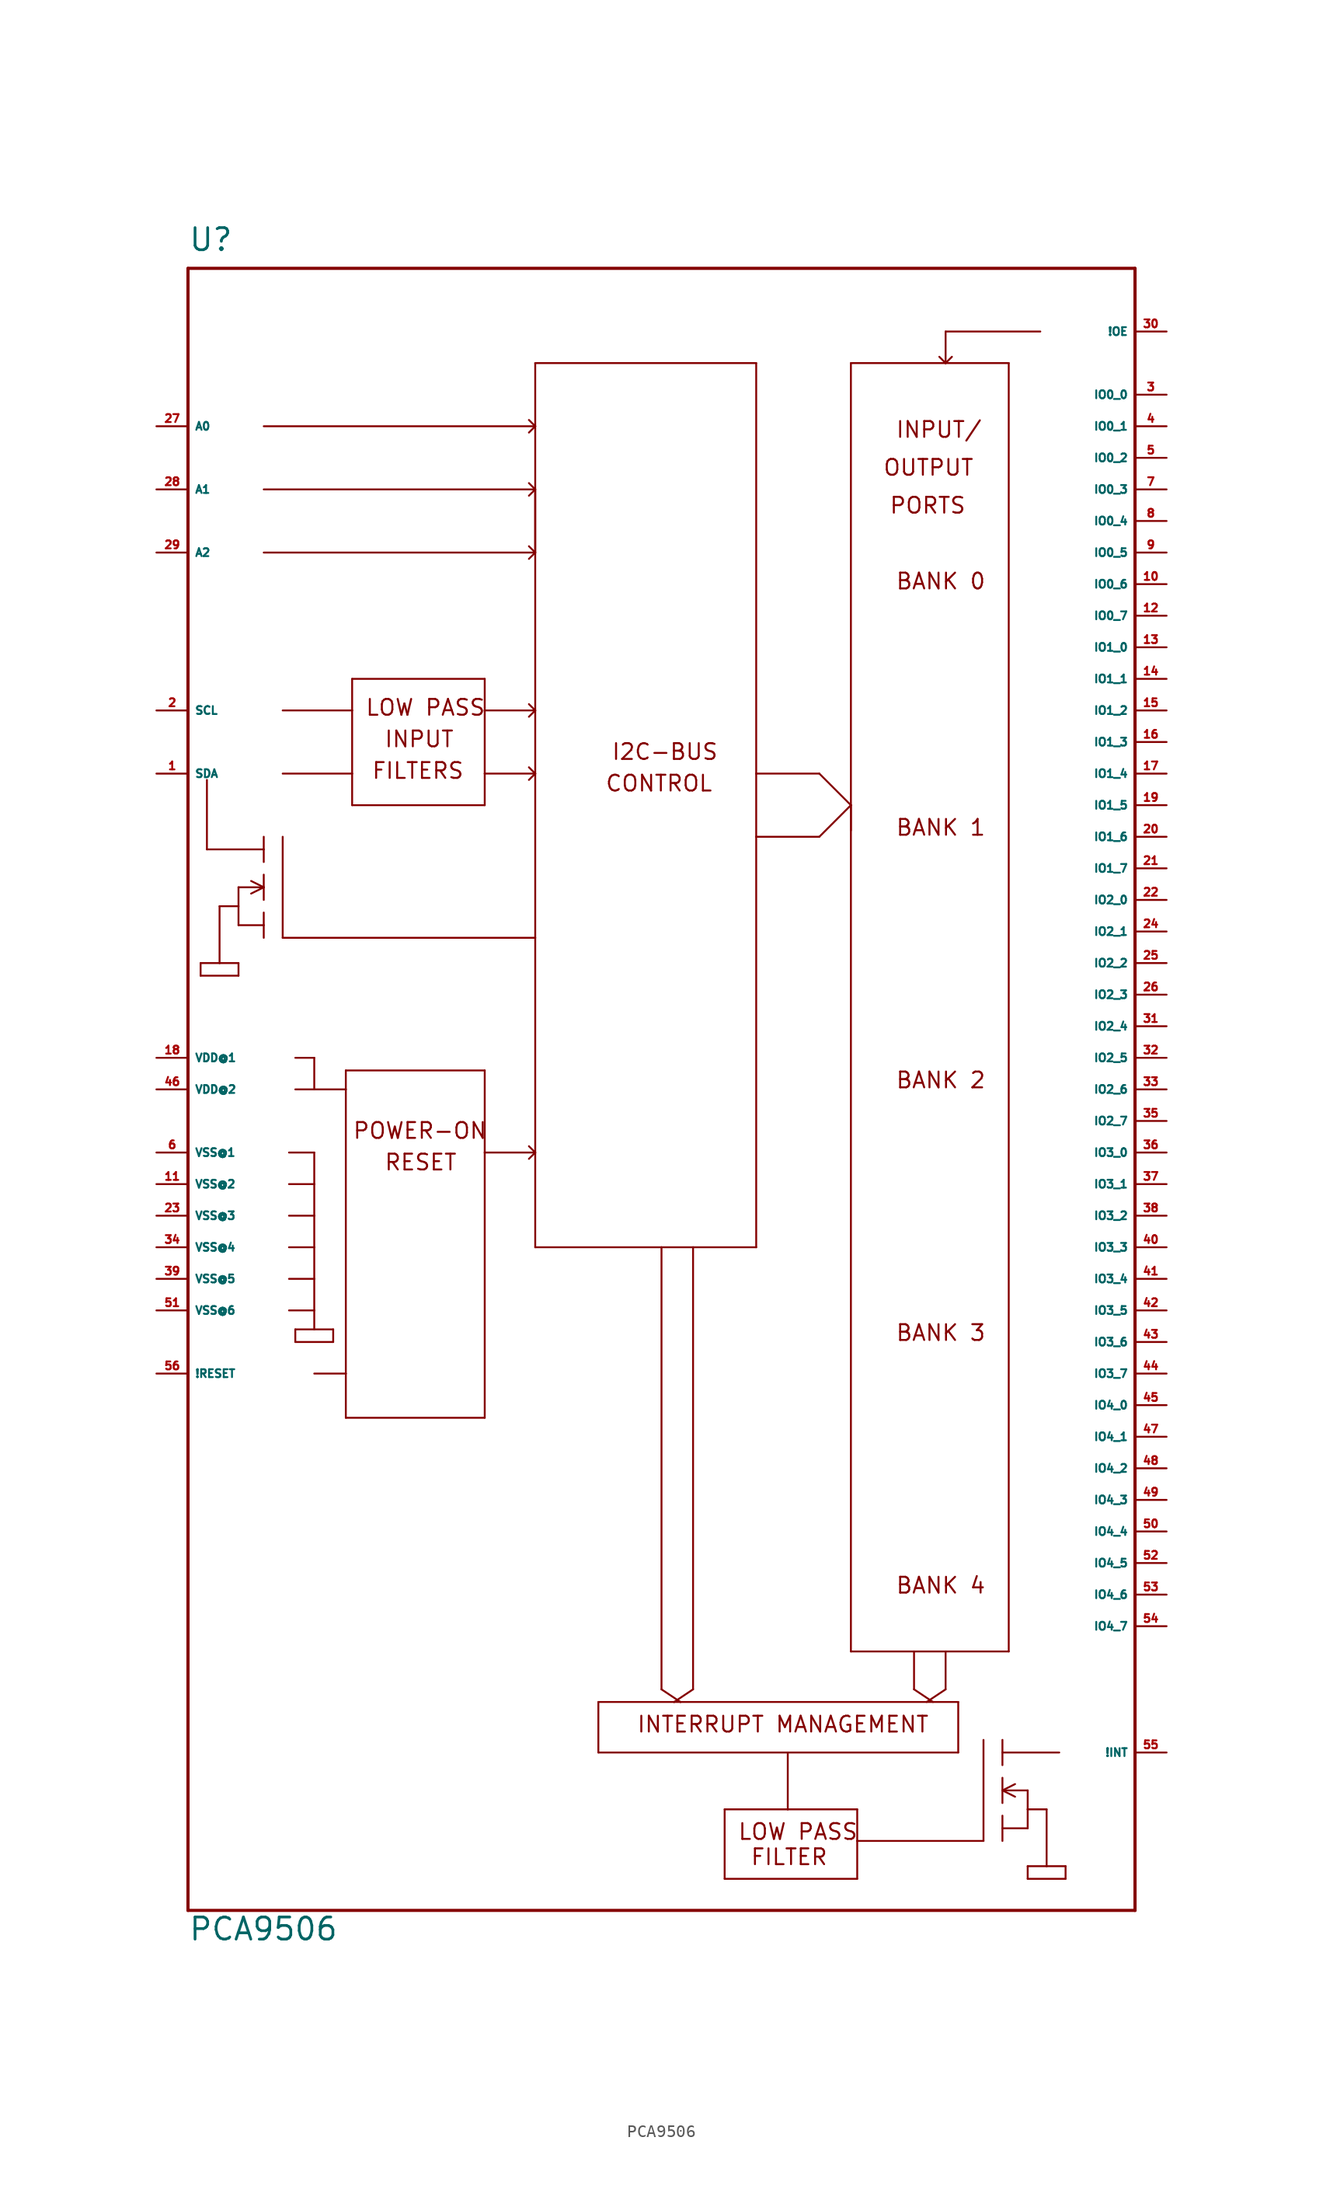
<source format=kicad_sym>
(kicad_symbol_lib
  (version 20220914)
  (generator Eagle2Kicad)
  (symbol "PCA9506"
    (property "Reference" "U"
      (at -38.1 67.31 0)
      (effects (font (size 1.778 1.778) (thickness 0.22)) (justify left bottom)))
    (property "Value" "PCA9506"
      (at -38.1 -68.58 0)
      (effects (font (size 1.778 1.778) (thickness 0.22)) (justify left bottom)))
    (polyline
      (pts (xy -38.1 -66.04) (xy 38.1 -66.04))
      (stroke (width 0.254) (type default))
      (fill (type none)))
    (polyline
      (pts (xy 38.1 -66.04) (xy 38.1 66.04))
      (stroke (width 0.254) (type default))
      (fill (type none)))
    (polyline
      (pts (xy 38.1 66.04) (xy -38.1 66.04))
      (stroke (width 0.254) (type default))
      (fill (type none)))
    (polyline
      (pts (xy -38.1 66.04) (xy -38.1 -66.04))
      (stroke (width 0.254) (type default))
      (fill (type none)))
    (polyline
      (pts (xy 30.48 60.96) (xy 22.86 60.96))
      (stroke (width 0.152) (type default))
      (fill (type none)))
    (polyline
      (pts (xy 22.86 60.96) (xy 22.86 58.42))
      (stroke (width 0.152) (type default))
      (fill (type none)))
    (polyline
      (pts (xy 22.86 58.42) (xy 15.24 58.42))
      (stroke (width 0.152) (type default))
      (fill (type none)))
    (polyline
      (pts (xy 15.24 22.86) (xy 15.24 -45.212))
      (stroke (width 0.152) (type default))
      (fill (type none)))
    (polyline
      (pts (xy 15.24 -45.212) (xy 20.32 -45.212))
      (stroke (width 0.152) (type default))
      (fill (type none)))
    (polyline
      (pts (xy 20.32 -45.212) (xy 22.86 -45.212))
      (stroke (width 0.152) (type default))
      (fill (type none)))
    (polyline
      (pts (xy 22.86 -45.212) (xy 27.94 -45.212))
      (stroke (width 0.152) (type default))
      (fill (type none)))
    (polyline
      (pts (xy 27.94 -45.212) (xy 27.94 58.42))
      (stroke (width 0.152) (type default))
      (fill (type none)))
    (polyline
      (pts (xy 27.94 58.42) (xy 22.86 58.42))
      (stroke (width 0.152) (type default))
      (fill (type none)))
    (polyline
      (pts (xy 7.62 58.42) (xy -10.16 58.42))
      (stroke (width 0.152) (type default))
      (fill (type none)))
    (polyline
      (pts (xy -10.16 58.42) (xy -10.16 53.34))
      (stroke (width 0.152) (type default))
      (fill (type none)))
    (polyline
      (pts (xy -10.16 53.34) (xy -10.16 43.18))
      (stroke (width 0.152) (type default))
      (fill (type none)))
    (polyline
      (pts (xy -10.16 43.18) (xy -10.16 30.48))
      (stroke (width 0.152) (type default))
      (fill (type none)))
    (polyline
      (pts (xy -10.16 30.48) (xy -10.16 25.4))
      (stroke (width 0.152) (type default))
      (fill (type none)))
    (polyline
      (pts (xy -10.16 25.4) (xy -10.16 12.192))
      (stroke (width 0.152) (type default))
      (fill (type none)))
    (polyline
      (pts (xy -10.16 12.192) (xy -10.16 -5.08))
      (stroke (width 0.152) (type default))
      (fill (type none)))
    (polyline
      (pts (xy -10.16 -5.08) (xy -10.16 -12.7))
      (stroke (width 0.152) (type default))
      (fill (type none)))
    (polyline
      (pts (xy -10.16 -12.7) (xy 0 -12.7))
      (stroke (width 0.152) (type default))
      (fill (type none)))
    (polyline
      (pts (xy 0 -12.7) (xy 2.54 -12.7))
      (stroke (width 0.152) (type default))
      (fill (type none)))
    (polyline
      (pts (xy 2.54 -12.7) (xy 7.62 -12.7))
      (stroke (width 0.152) (type default))
      (fill (type none)))
    (polyline
      (pts (xy 7.62 -12.7) (xy 7.62 20.32))
      (stroke (width 0.152) (type default))
      (fill (type none)))
    (polyline
      (pts (xy 7.62 20.32) (xy 7.62 25.4))
      (stroke (width 0.152) (type default))
      (fill (type none)))
    (polyline
      (pts (xy 7.62 25.4) (xy 7.62 58.42))
      (stroke (width 0.152) (type default))
      (fill (type none)))
    (polyline
      (pts (xy -24.892 33.02) (xy -24.892 30.48))
      (stroke (width 0.152) (type default))
      (fill (type none)))
    (polyline
      (pts (xy -24.892 30.48) (xy -24.892 25.4))
      (stroke (width 0.152) (type default))
      (fill (type none)))
    (polyline
      (pts (xy -24.892 25.4) (xy -24.892 22.86))
      (stroke (width 0.152) (type default))
      (fill (type none)))
    (polyline
      (pts (xy -24.892 22.86) (xy -14.224 22.86))
      (stroke (width 0.152) (type default))
      (fill (type none)))
    (polyline
      (pts (xy -14.224 22.86) (xy -14.224 25.4))
      (stroke (width 0.152) (type default))
      (fill (type none)))
    (polyline
      (pts (xy -14.224 25.4) (xy -14.224 30.48))
      (stroke (width 0.152) (type default))
      (fill (type none)))
    (polyline
      (pts (xy -14.224 30.48) (xy -14.224 33.02))
      (stroke (width 0.152) (type default))
      (fill (type none)))
    (polyline
      (pts (xy -14.224 33.02) (xy -24.892 33.02))
      (stroke (width 0.152) (type default))
      (fill (type none)))
    (polyline
      (pts (xy -30.48 30.48) (xy -24.892 30.48))
      (stroke (width 0.152) (type default))
      (fill (type none)))
    (polyline
      (pts (xy -30.48 25.4) (xy -24.892 25.4))
      (stroke (width 0.152) (type default))
      (fill (type none)))
    (polyline
      (pts (xy -14.224 30.48) (xy -10.16 30.48))
      (stroke (width 0.152) (type default))
      (fill (type none)))
    (polyline
      (pts (xy -14.224 25.4) (xy -10.16 25.4))
      (stroke (width 0.152) (type default))
      (fill (type none)))
    (polyline
      (pts (xy -10.16 12.192) (xy -30.48 12.192))
      (stroke (width 0.152) (type default))
      (fill (type none)))
    (polyline
      (pts (xy -30.48 12.192) (xy -30.48 20.32))
      (stroke (width 0.152) (type default))
      (fill (type none)))
    (polyline
      (pts (xy -32.004 20.32) (xy -32.004 19.304))
      (stroke (width 0.152) (type default))
      (fill (type none)))
    (polyline
      (pts (xy -32.004 19.304) (xy -32.004 18.288))
      (stroke (width 0.152) (type default))
      (fill (type none)))
    (polyline
      (pts (xy -32.004 17.272) (xy -32.004 16.256))
      (stroke (width 0.152) (type default))
      (fill (type none)))
    (polyline
      (pts (xy -32.004 16.256) (xy -32.004 15.24))
      (stroke (width 0.152) (type default))
      (fill (type none)))
    (polyline
      (pts (xy -32.004 14.224) (xy -32.004 13.208))
      (stroke (width 0.152) (type default))
      (fill (type none)))
    (polyline
      (pts (xy -32.004 16.256) (xy -34.036 16.256))
      (stroke (width 0.152) (type default))
      (fill (type none)))
    (polyline
      (pts (xy -34.036 16.256) (xy -34.036 14.732))
      (stroke (width 0.152) (type default))
      (fill (type none)))
    (polyline
      (pts (xy -34.036 14.732) (xy -34.036 13.208))
      (stroke (width 0.152) (type default))
      (fill (type none)))
    (polyline
      (pts (xy -34.036 13.208) (xy -32.004 13.208))
      (stroke (width 0.152) (type default))
      (fill (type none)))
    (polyline
      (pts (xy -32.004 13.208) (xy -32.004 12.192))
      (stroke (width 0.152) (type default))
      (fill (type none)))
    (polyline
      (pts (xy -32.004 19.304) (xy -36.576 19.304))
      (stroke (width 0.152) (type default))
      (fill (type none)))
    (polyline
      (pts (xy -36.576 19.304) (xy -36.576 24.892))
      (stroke (width 0.152) (type default))
      (fill (type none)))
    (polyline
      (pts (xy -34.036 14.732) (xy -35.56 14.732))
      (stroke (width 0.152) (type default))
      (fill (type none)))
    (polyline
      (pts (xy -35.56 14.732) (xy -35.56 10.16))
      (stroke (width 0.152) (type default))
      (fill (type none)))
    (polyline
      (pts (xy -35.56 10.16) (xy -34.036 10.16))
      (stroke (width 0.152) (type default))
      (fill (type none)))
    (polyline
      (pts (xy -34.036 10.16) (xy -34.036 9.144))
      (stroke (width 0.152) (type default))
      (fill (type none)))
    (polyline
      (pts (xy -34.036 9.144) (xy -37.084 9.144))
      (stroke (width 0.152) (type default))
      (fill (type none)))
    (polyline
      (pts (xy -37.084 9.144) (xy -37.084 10.16))
      (stroke (width 0.152) (type default))
      (fill (type none)))
    (polyline
      (pts (xy -37.084 10.16) (xy -35.56 10.16))
      (stroke (width 0.152) (type default))
      (fill (type none)))
    (polyline
      (pts (xy -27.94 0) (xy -25.4 0))
      (stroke (width 0.152) (type default))
      (fill (type none)))
    (polyline
      (pts (xy -25.4 0) (xy -25.4 1.524))
      (stroke (width 0.152) (type default))
      (fill (type none)))
    (polyline
      (pts (xy -25.4 1.524) (xy -14.224 1.524))
      (stroke (width 0.152) (type default))
      (fill (type none)))
    (polyline
      (pts (xy -14.224 1.524) (xy -14.224 -5.08))
      (stroke (width 0.152) (type default))
      (fill (type none)))
    (polyline
      (pts (xy -14.224 -5.08) (xy -14.224 -26.416))
      (stroke (width 0.152) (type default))
      (fill (type none)))
    (polyline
      (pts (xy -14.224 -26.416) (xy -25.4 -26.416))
      (stroke (width 0.152) (type default))
      (fill (type none)))
    (polyline
      (pts (xy -25.4 -26.416) (xy -25.4 -22.86))
      (stroke (width 0.152) (type default))
      (fill (type none)))
    (polyline
      (pts (xy -25.4 -22.86) (xy -25.4 0))
      (stroke (width 0.152) (type default))
      (fill (type none)))
    (polyline
      (pts (xy -27.94 -22.86) (xy -25.4 -22.86))
      (stroke (width 0.152) (type default))
      (fill (type none)))
    (polyline
      (pts (xy -14.224 -5.08) (xy -10.16 -5.08))
      (stroke (width 0.152) (type default))
      (fill (type none)))
    (polyline
      (pts (xy 15.24 58.42) (xy 15.24 22.86))
      (stroke (width 0.152) (type default))
      (fill (type none)))
    (polyline
      (pts (xy 15.24 22.86) (xy 15.24 20.828))
      (stroke (width 0.152) (type default))
      (fill (type none)))
    (polyline
      (pts (xy 23.876 -49.276) (xy 23.876 -53.34))
      (stroke (width 0.152) (type default))
      (fill (type none)))
    (polyline
      (pts (xy 23.876 -53.34) (xy 10.16 -53.34))
      (stroke (width 0.152) (type default))
      (fill (type none)))
    (polyline
      (pts (xy 10.16 -53.34) (xy -5.08 -53.34))
      (stroke (width 0.152) (type default))
      (fill (type none)))
    (polyline
      (pts (xy -5.08 -53.34) (xy -5.08 -49.276))
      (stroke (width 0.152) (type default))
      (fill (type none)))
    (polyline
      (pts (xy 1.016 -49.276) (xy 1.524 -49.276))
      (stroke (width 0.152) (type default))
      (fill (type none)))
    (polyline
      (pts (xy -5.08 -49.276) (xy 1.016 -49.276))
      (stroke (width 0.152) (type default))
      (fill (type none)))
    (polyline
      (pts (xy 1.524 -49.276) (xy 23.876 -49.276))
      (stroke (width 0.152) (type default))
      (fill (type none)))
    (polyline
      (pts (xy 5.08 -57.912) (xy 5.08 -63.5))
      (stroke (width 0.152) (type default))
      (fill (type none)))
    (polyline
      (pts (xy 5.08 -63.5) (xy 15.748 -63.5))
      (stroke (width 0.152) (type default))
      (fill (type none)))
    (polyline
      (pts (xy 15.748 -63.5) (xy 15.748 -60.452))
      (stroke (width 0.152) (type default))
      (fill (type none)))
    (polyline
      (pts (xy 15.748 -60.452) (xy 15.748 -57.912))
      (stroke (width 0.152) (type default))
      (fill (type none)))
    (polyline
      (pts (xy 15.748 -57.912) (xy 10.16 -57.912))
      (stroke (width 0.152) (type default))
      (fill (type none)))
    (polyline
      (pts (xy 10.16 -57.912) (xy 5.08 -57.912))
      (stroke (width 0.152) (type default))
      (fill (type none)))
    (polyline
      (pts (xy 10.16 -53.34) (xy 10.16 -57.912))
      (stroke (width 0.152) (type default))
      (fill (type none)))
    (polyline
      (pts (xy -32.004 16.256) (xy -33.02 16.764))
      (stroke (width 0.152) (type default))
      (fill (type none)))
    (polyline
      (pts (xy -32.004 16.256) (xy -33.02 15.748))
      (stroke (width 0.152) (type default))
      (fill (type none)))
    (polyline
      (pts (xy 15.748 -60.452) (xy 25.908 -60.452))
      (stroke (width 0.152) (type default))
      (fill (type none)))
    (polyline
      (pts (xy 25.908 -60.452) (xy 25.908 -52.324))
      (stroke (width 0.152) (type default))
      (fill (type none)))
    (polyline
      (pts (xy 27.432 -52.324) (xy 27.432 -53.34))
      (stroke (width 0.152) (type default))
      (fill (type none)))
    (polyline
      (pts (xy 27.432 -53.34) (xy 27.432 -54.356))
      (stroke (width 0.152) (type default))
      (fill (type none)))
    (polyline
      (pts (xy 27.432 -55.372) (xy 27.432 -56.388))
      (stroke (width 0.152) (type default))
      (fill (type none)))
    (polyline
      (pts (xy 27.432 -56.388) (xy 27.432 -57.404))
      (stroke (width 0.152) (type default))
      (fill (type none)))
    (polyline
      (pts (xy 27.432 -58.42) (xy 27.432 -59.436))
      (stroke (width 0.152) (type default))
      (fill (type none)))
    (polyline
      (pts (xy 27.432 -56.388) (xy 29.464 -56.388))
      (stroke (width 0.152) (type default))
      (fill (type none)))
    (polyline
      (pts (xy 29.464 -56.388) (xy 29.464 -57.912))
      (stroke (width 0.152) (type default))
      (fill (type none)))
    (polyline
      (pts (xy 29.464 -57.912) (xy 29.464 -59.436))
      (stroke (width 0.152) (type default))
      (fill (type none)))
    (polyline
      (pts (xy 29.464 -59.436) (xy 27.432 -59.436))
      (stroke (width 0.152) (type default))
      (fill (type none)))
    (polyline
      (pts (xy 27.432 -59.436) (xy 27.432 -60.452))
      (stroke (width 0.152) (type default))
      (fill (type none)))
    (polyline
      (pts (xy 27.432 -53.34) (xy 32.004 -53.34))
      (stroke (width 0.152) (type default))
      (fill (type none)))
    (polyline
      (pts (xy 29.464 -57.912) (xy 30.988 -57.912))
      (stroke (width 0.152) (type default))
      (fill (type none)))
    (polyline
      (pts (xy 30.988 -57.912) (xy 30.988 -62.484))
      (stroke (width 0.152) (type default))
      (fill (type none)))
    (polyline
      (pts (xy 30.988 -62.484) (xy 29.464 -62.484))
      (stroke (width 0.152) (type default))
      (fill (type none)))
    (polyline
      (pts (xy 29.464 -62.484) (xy 29.464 -63.5))
      (stroke (width 0.152) (type default))
      (fill (type none)))
    (polyline
      (pts (xy 29.464 -63.5) (xy 32.512 -63.5))
      (stroke (width 0.152) (type default))
      (fill (type none)))
    (polyline
      (pts (xy 32.512 -63.5) (xy 32.512 -62.484))
      (stroke (width 0.152) (type default))
      (fill (type none)))
    (polyline
      (pts (xy 32.512 -62.484) (xy 30.988 -62.484))
      (stroke (width 0.152) (type default))
      (fill (type none)))
    (polyline
      (pts (xy 27.432 -56.388) (xy 28.448 -55.88))
      (stroke (width 0.152) (type default))
      (fill (type none)))
    (polyline
      (pts (xy 27.432 -56.388) (xy 28.448 -56.896))
      (stroke (width 0.152) (type default))
      (fill (type none)))
    (polyline
      (pts (xy 1.016 -49.276) (xy 2.54 -48.26))
      (stroke (width 0.152) (type default))
      (fill (type none)))
    (polyline
      (pts (xy 0 -48.26) (xy 1.524 -49.276))
      (stroke (width 0.152) (type default))
      (fill (type none)))
    (polyline
      (pts (xy 0 -12.7) (xy 0 -48.26))
      (stroke (width 0.152) (type default))
      (fill (type none)))
    (polyline
      (pts (xy 2.54 -12.7) (xy 2.54 -48.26))
      (stroke (width 0.152) (type default))
      (fill (type none)))
    (polyline
      (pts (xy 21.336 -49.276) (xy 22.86 -48.26))
      (stroke (width 0.152) (type default))
      (fill (type none)))
    (polyline
      (pts (xy 20.32 -48.26) (xy 21.844 -49.276))
      (stroke (width 0.152) (type default))
      (fill (type none)))
    (polyline
      (pts (xy 20.32 -45.212) (xy 20.32 -48.26))
      (stroke (width 0.152) (type default))
      (fill (type none)))
    (polyline
      (pts (xy 22.86 -45.212) (xy 22.86 -48.26))
      (stroke (width 0.152) (type default))
      (fill (type none)))
    (polyline
      (pts (xy -10.668 25.908) (xy -10.16 25.4))
      (stroke (width 0.152) (type default))
      (fill (type none)))
    (polyline
      (pts (xy -10.16 25.4) (xy -10.668 24.892))
      (stroke (width 0.152) (type default))
      (fill (type none)))
    (polyline
      (pts (xy -10.668 -4.572) (xy -10.16 -5.08))
      (stroke (width 0.152) (type default))
      (fill (type none)))
    (polyline
      (pts (xy -10.16 -5.08) (xy -10.668 -5.588))
      (stroke (width 0.152) (type default))
      (fill (type none)))
    (polyline
      (pts (xy -10.668 30.988) (xy -10.16 30.48))
      (stroke (width 0.152) (type default))
      (fill (type none)))
    (polyline
      (pts (xy -10.16 30.48) (xy -10.668 29.972))
      (stroke (width 0.152) (type default))
      (fill (type none)))
    (polyline
      (pts (xy 23.368 58.928) (xy 22.86 58.42))
      (stroke (width 0.152) (type default))
      (fill (type none)))
    (polyline
      (pts (xy 22.86 58.42) (xy 22.352 58.928))
      (stroke (width 0.152) (type default))
      (fill (type none)))
    (polyline
      (pts (xy 12.7 25.4) (xy 15.24 22.86))
      (stroke (width 0.152) (type default))
      (fill (type none)))
    (polyline
      (pts (xy 15.24 22.86) (xy 12.7 20.32))
      (stroke (width 0.152) (type default))
      (fill (type none)))
    (polyline
      (pts (xy 7.62 25.4) (xy 12.7 25.4))
      (stroke (width 0.152) (type default))
      (fill (type none)))
    (polyline
      (pts (xy 7.62 20.32) (xy 12.7 20.32))
      (stroke (width 0.152) (type default))
      (fill (type none)))
    (polyline
      (pts (xy -10.668 43.688) (xy -10.16 43.18))
      (stroke (width 0.152) (type default))
      (fill (type none)))
    (polyline
      (pts (xy -10.16 43.18) (xy -10.668 42.672))
      (stroke (width 0.152) (type default))
      (fill (type none)))
    (polyline
      (pts (xy -32.004 43.18) (xy -10.16 43.18))
      (stroke (width 0.152) (type default))
      (fill (type none)))
    (polyline
      (pts (xy -10.16 43.18) (xy -10.16 48.26))
      (stroke (width 0.152) (type default))
      (fill (type none)))
    (polyline
      (pts (xy -10.16 48.26) (xy -32.004 48.26))
      (stroke (width 0.152) (type default))
      (fill (type none)))
    (polyline
      (pts (xy -32.004 53.34) (xy -10.16 53.34))
      (stroke (width 0.152) (type default))
      (fill (type none)))
    (polyline
      (pts (xy -10.668 48.768) (xy -10.16 48.26))
      (stroke (width 0.152) (type default))
      (fill (type none)))
    (polyline
      (pts (xy -10.16 48.26) (xy -10.668 47.752))
      (stroke (width 0.152) (type default))
      (fill (type none)))
    (polyline
      (pts (xy -10.668 53.848) (xy -10.16 53.34))
      (stroke (width 0.152) (type default))
      (fill (type none)))
    (polyline
      (pts (xy -10.16 53.34) (xy -10.668 52.832))
      (stroke (width 0.152) (type default))
      (fill (type none)))
    (polyline
      (pts (xy -27.94 2.54) (xy -27.94 0))
      (stroke (width 0.152) (type default))
      (fill (type none)))
    (polyline
      (pts (xy -27.94 -19.304) (xy -26.416 -19.304))
      (stroke (width 0.152) (type default))
      (fill (type none)))
    (polyline
      (pts (xy -26.416 -19.304) (xy -26.416 -20.32))
      (stroke (width 0.152) (type default))
      (fill (type none)))
    (polyline
      (pts (xy -26.416 -20.32) (xy -29.464 -20.32))
      (stroke (width 0.152) (type default))
      (fill (type none)))
    (polyline
      (pts (xy -29.464 -20.32) (xy -29.464 -19.304))
      (stroke (width 0.152) (type default))
      (fill (type none)))
    (polyline
      (pts (xy -29.464 -19.304) (xy -27.94 -19.304))
      (stroke (width 0.152) (type default))
      (fill (type none)))
    (polyline
      (pts (xy -27.94 -19.304) (xy -27.94 -17.78))
      (stroke (width 0.152) (type default))
      (fill (type none)))
    (polyline
      (pts (xy -27.94 -17.78) (xy -27.94 -15.24))
      (stroke (width 0.152) (type default))
      (fill (type none)))
    (polyline
      (pts (xy -27.94 -15.24) (xy -27.94 -12.7))
      (stroke (width 0.152) (type default))
      (fill (type none)))
    (polyline
      (pts (xy -27.94 -12.7) (xy -27.94 -10.16))
      (stroke (width 0.152) (type default))
      (fill (type none)))
    (polyline
      (pts (xy -27.94 -10.16) (xy -27.94 -7.62))
      (stroke (width 0.152) (type default))
      (fill (type none)))
    (polyline
      (pts (xy -27.94 -7.62) (xy -27.94 -5.08))
      (stroke (width 0.152) (type default))
      (fill (type none)))
    (polyline
      (pts (xy -27.94 -5.08) (xy -29.972 -5.08))
      (stroke (width 0.152) (type default))
      (fill (type none)))
    (polyline
      (pts (xy -27.94 -7.62) (xy -29.972 -7.62))
      (stroke (width 0.152) (type default))
      (fill (type none)))
    (polyline
      (pts (xy -27.94 -10.16) (xy -29.972 -10.16))
      (stroke (width 0.152) (type default))
      (fill (type none)))
    (polyline
      (pts (xy -27.94 -12.7) (xy -29.972 -12.7))
      (stroke (width 0.152) (type default))
      (fill (type none)))
    (polyline
      (pts (xy -27.94 -15.24) (xy -29.972 -15.24))
      (stroke (width 0.152) (type default))
      (fill (type none)))
    (polyline
      (pts (xy -27.94 -17.78) (xy -29.972 -17.78))
      (stroke (width 0.152) (type default))
      (fill (type none)))
    (polyline
      (pts (xy -27.94 0) (xy -29.464 0))
      (stroke (width 0.152) (type default))
      (fill (type none)))
    (polyline
      (pts (xy -27.94 2.54) (xy -29.464 2.54))
      (stroke (width 0.152) (type default))
      (fill (type none)))
    (text "I2C-BUS"
      (at -4.064 26.416 0)
      (effects (font (size 1.27 1.27) (thickness 0.16)) (justify left bottom)))
    (text "CONTROL"
      (at -4.572 23.876 0)
      (effects (font (size 1.27 1.27) (thickness 0.16)) (justify left bottom)))
    (text "LOW PASS"
      (at -23.876 29.972 0)
      (effects (font (size 1.27 1.27) (thickness 0.16)) (justify left bottom)))
    (text "INPUT"
      (at -22.352 27.432 0)
      (effects (font (size 1.27 1.27) (thickness 0.16)) (justify left bottom)))
    (text "FILTERS"
      (at -23.368 24.892 0)
      (effects (font (size 1.27 1.27) (thickness 0.16)) (justify left bottom)))
    (text "INPUT/"
      (at 18.796 52.324 0)
      (effects (font (size 1.27 1.27) (thickness 0.16)) (justify left bottom)))
    (text "OUTPUT"
      (at 17.78 49.276 0)
      (effects (font (size 1.27 1.27) (thickness 0.16)) (justify left bottom)))
    (text "PORTS"
      (at 18.288 46.228 0)
      (effects (font (size 1.27 1.27) (thickness 0.16)) (justify left bottom)))
    (text "BANK 0"
      (at 18.796 40.132 0)
      (effects (font (size 1.27 1.27) (thickness 0.16)) (justify left bottom)))
    (text "BANK 1"
      (at 18.796 20.32 0)
      (effects (font (size 1.27 1.27) (thickness 0.16)) (justify left bottom)))
    (text "BANK 2"
      (at 18.796 0 0)
      (effects (font (size 1.27 1.27) (thickness 0.16)) (justify left bottom)))
    (text "BANK 3"
      (at 18.796 -20.32 0)
      (effects (font (size 1.27 1.27) (thickness 0.16)) (justify left bottom)))
    (text "BANK 4"
      (at 18.796 -40.64 0)
      (effects (font (size 1.27 1.27) (thickness 0.16)) (justify left bottom)))
    (text "POWER-ON"
      (at -24.892 -4.064 0)
      (effects (font (size 1.27 1.27) (thickness 0.16)) (justify left bottom)))
    (text "RESET"
      (at -22.352 -6.604 0)
      (effects (font (size 1.27 1.27) (thickness 0.16)) (justify left bottom)))
    (text "INTERRUPT MANAGEMENT"
      (at -2.032 -51.816 0)
      (effects (font (size 1.27 1.27) (thickness 0.16)) (justify left bottom)))
    (text "LOW PASS"
      (at 6.096 -60.452 0)
      (effects (font (size 1.27 1.27) (thickness 0.16)) (justify left bottom)))
    (text "FILTER"
      (at 7.112 -62.484 0)
      (effects (font (size 1.27 1.27) (thickness 0.16)) (justify left bottom)))
    (pin input line
      (at -40.64 53.34 0)
      (length 2.54)
      (name "A0" (effects (font (size 0.635 0.635) (thickness 0.08)) (justify left bottom)))
      (number "27" (effects (font (size 0.635 0.635) (thickness 0.08)) (justify left bottom))))
    (pin input line
      (at 40.64 -53.34 180)
      (length 2.54)
      (name "!INT" (effects (font (size 0.635 0.635) (thickness 0.08)) (justify left bottom)))
      (number "55" (effects (font (size 0.635 0.635) (thickness 0.08)) (justify left bottom))))
    (pin input line
      (at -40.64 -22.86 0)
      (length 2.54)
      (name "!RESET" (effects (font (size 0.635 0.635) (thickness 0.08)) (justify left bottom)))
      (number "56" (effects (font (size 0.635 0.635) (thickness 0.08)) (justify left bottom))))
    (pin unspecified line
      (at -40.64 2.54 0)
      (length 2.54)
      (name "VDD@1" (effects (font (size 0.635 0.635) (thickness 0.08)) (justify left bottom)))
      (number "18" (effects (font (size 0.635 0.635) (thickness 0.08)) (justify left bottom))))
    (pin bidirectional line
      (at -40.64 25.4 0)
      (length 2.54)
      (name "SDA" (effects (font (size 0.635 0.635) (thickness 0.08)) (justify left bottom)))
      (number "1" (effects (font (size 0.635 0.635) (thickness 0.08)) (justify left bottom))))
    (pin input line
      (at -40.64 30.48 0)
      (length 2.54)
      (name "SCL" (effects (font (size 0.635 0.635) (thickness 0.08)) (justify left bottom)))
      (number "2" (effects (font (size 0.635 0.635) (thickness 0.08)) (justify left bottom))))
    (pin bidirectional line
      (at 40.64 55.88 180)
      (length 2.54)
      (name "IO0_0" (effects (font (size 0.635 0.635) (thickness 0.08)) (justify left bottom)))
      (number "3" (effects (font (size 0.635 0.635) (thickness 0.08)) (justify left bottom))))
    (pin input line
      (at 40.64 60.96 180)
      (length 2.54)
      (name "!OE" (effects (font (size 0.635 0.635) (thickness 0.08)) (justify left bottom)))
      (number "30" (effects (font (size 0.635 0.635) (thickness 0.08)) (justify left bottom))))
    (pin bidirectional line
      (at 40.64 53.34 180)
      (length 2.54)
      (name "IO0_1" (effects (font (size 0.635 0.635) (thickness 0.08)) (justify left bottom)))
      (number "4" (effects (font (size 0.635 0.635) (thickness 0.08)) (justify left bottom))))
    (pin bidirectional line
      (at 40.64 50.8 180)
      (length 2.54)
      (name "IO0_2" (effects (font (size 0.635 0.635) (thickness 0.08)) (justify left bottom)))
      (number "5" (effects (font (size 0.635 0.635) (thickness 0.08)) (justify left bottom))))
    (pin bidirectional line
      (at 40.64 48.26 180)
      (length 2.54)
      (name "IO0_3" (effects (font (size 0.635 0.635) (thickness 0.08)) (justify left bottom)))
      (number "7" (effects (font (size 0.635 0.635) (thickness 0.08)) (justify left bottom))))
    (pin bidirectional line
      (at 40.64 45.72 180)
      (length 2.54)
      (name "IO0_4" (effects (font (size 0.635 0.635) (thickness 0.08)) (justify left bottom)))
      (number "8" (effects (font (size 0.635 0.635) (thickness 0.08)) (justify left bottom))))
    (pin bidirectional line
      (at 40.64 43.18 180)
      (length 2.54)
      (name "IO0_5" (effects (font (size 0.635 0.635) (thickness 0.08)) (justify left bottom)))
      (number "9" (effects (font (size 0.635 0.635) (thickness 0.08)) (justify left bottom))))
    (pin bidirectional line
      (at 40.64 40.64 180)
      (length 2.54)
      (name "IO0_6" (effects (font (size 0.635 0.635) (thickness 0.08)) (justify left bottom)))
      (number "10" (effects (font (size 0.635 0.635) (thickness 0.08)) (justify left bottom))))
    (pin bidirectional line
      (at 40.64 38.1 180)
      (length 2.54)
      (name "IO0_7" (effects (font (size 0.635 0.635) (thickness 0.08)) (justify left bottom)))
      (number "12" (effects (font (size 0.635 0.635) (thickness 0.08)) (justify left bottom))))
    (pin unspecified line
      (at -40.64 -5.08 0)
      (length 2.54)
      (name "VSS@1" (effects (font (size 0.635 0.635) (thickness 0.08)) (justify left bottom)))
      (number "6" (effects (font (size 0.635 0.635) (thickness 0.08)) (justify left bottom))))
    (pin bidirectional line
      (at 40.64 35.56 180)
      (length 2.54)
      (name "IO1_0" (effects (font (size 0.635 0.635) (thickness 0.08)) (justify left bottom)))
      (number "13" (effects (font (size 0.635 0.635) (thickness 0.08)) (justify left bottom))))
    (pin bidirectional line
      (at 40.64 33.02 180)
      (length 2.54)
      (name "IO1_1" (effects (font (size 0.635 0.635) (thickness 0.08)) (justify left bottom)))
      (number "14" (effects (font (size 0.635 0.635) (thickness 0.08)) (justify left bottom))))
    (pin bidirectional line
      (at 40.64 30.48 180)
      (length 2.54)
      (name "IO1_2" (effects (font (size 0.635 0.635) (thickness 0.08)) (justify left bottom)))
      (number "15" (effects (font (size 0.635 0.635) (thickness 0.08)) (justify left bottom))))
    (pin bidirectional line
      (at 40.64 27.94 180)
      (length 2.54)
      (name "IO1_3" (effects (font (size 0.635 0.635) (thickness 0.08)) (justify left bottom)))
      (number "16" (effects (font (size 0.635 0.635) (thickness 0.08)) (justify left bottom))))
    (pin bidirectional line
      (at 40.64 25.4 180)
      (length 2.54)
      (name "IO1_4" (effects (font (size 0.635 0.635) (thickness 0.08)) (justify left bottom)))
      (number "17" (effects (font (size 0.635 0.635) (thickness 0.08)) (justify left bottom))))
    (pin bidirectional line
      (at 40.64 22.86 180)
      (length 2.54)
      (name "IO1_5" (effects (font (size 0.635 0.635) (thickness 0.08)) (justify left bottom)))
      (number "19" (effects (font (size 0.635 0.635) (thickness 0.08)) (justify left bottom))))
    (pin bidirectional line
      (at 40.64 20.32 180)
      (length 2.54)
      (name "IO1_6" (effects (font (size 0.635 0.635) (thickness 0.08)) (justify left bottom)))
      (number "20" (effects (font (size 0.635 0.635) (thickness 0.08)) (justify left bottom))))
    (pin bidirectional line
      (at 40.64 17.78 180)
      (length 2.54)
      (name "IO1_7" (effects (font (size 0.635 0.635) (thickness 0.08)) (justify left bottom)))
      (number "21" (effects (font (size 0.635 0.635) (thickness 0.08)) (justify left bottom))))
    (pin bidirectional line
      (at 40.64 15.24 180)
      (length 2.54)
      (name "IO2_0" (effects (font (size 0.635 0.635) (thickness 0.08)) (justify left bottom)))
      (number "22" (effects (font (size 0.635 0.635) (thickness 0.08)) (justify left bottom))))
    (pin bidirectional line
      (at 40.64 12.7 180)
      (length 2.54)
      (name "IO2_1" (effects (font (size 0.635 0.635) (thickness 0.08)) (justify left bottom)))
      (number "24" (effects (font (size 0.635 0.635) (thickness 0.08)) (justify left bottom))))
    (pin input line
      (at -40.64 48.26 0)
      (length 2.54)
      (name "A1" (effects (font (size 0.635 0.635) (thickness 0.08)) (justify left bottom)))
      (number "28" (effects (font (size 0.635 0.635) (thickness 0.08)) (justify left bottom))))
    (pin input line
      (at -40.64 43.18 0)
      (length 2.54)
      (name "A2" (effects (font (size 0.635 0.635) (thickness 0.08)) (justify left bottom)))
      (number "29" (effects (font (size 0.635 0.635) (thickness 0.08)) (justify left bottom))))
    (pin bidirectional line
      (at 40.64 10.16 180)
      (length 2.54)
      (name "IO2_2" (effects (font (size 0.635 0.635) (thickness 0.08)) (justify left bottom)))
      (number "25" (effects (font (size 0.635 0.635) (thickness 0.08)) (justify left bottom))))
    (pin bidirectional line
      (at 40.64 7.62 180)
      (length 2.54)
      (name "IO2_3" (effects (font (size 0.635 0.635) (thickness 0.08)) (justify left bottom)))
      (number "26" (effects (font (size 0.635 0.635) (thickness 0.08)) (justify left bottom))))
    (pin bidirectional line
      (at 40.64 5.08 180)
      (length 2.54)
      (name "IO2_4" (effects (font (size 0.635 0.635) (thickness 0.08)) (justify left bottom)))
      (number "31" (effects (font (size 0.635 0.635) (thickness 0.08)) (justify left bottom))))
    (pin bidirectional line
      (at 40.64 2.54 180)
      (length 2.54)
      (name "IO2_5" (effects (font (size 0.635 0.635) (thickness 0.08)) (justify left bottom)))
      (number "32" (effects (font (size 0.635 0.635) (thickness 0.08)) (justify left bottom))))
    (pin bidirectional line
      (at 40.64 0 180)
      (length 2.54)
      (name "IO2_6" (effects (font (size 0.635 0.635) (thickness 0.08)) (justify left bottom)))
      (number "33" (effects (font (size 0.635 0.635) (thickness 0.08)) (justify left bottom))))
    (pin bidirectional line
      (at 40.64 -2.54 180)
      (length 2.54)
      (name "IO2_7" (effects (font (size 0.635 0.635) (thickness 0.08)) (justify left bottom)))
      (number "35" (effects (font (size 0.635 0.635) (thickness 0.08)) (justify left bottom))))
    (pin bidirectional line
      (at 40.64 -5.08 180)
      (length 2.54)
      (name "IO3_0" (effects (font (size 0.635 0.635) (thickness 0.08)) (justify left bottom)))
      (number "36" (effects (font (size 0.635 0.635) (thickness 0.08)) (justify left bottom))))
    (pin bidirectional line
      (at 40.64 -7.62 180)
      (length 2.54)
      (name "IO3_1" (effects (font (size 0.635 0.635) (thickness 0.08)) (justify left bottom)))
      (number "37" (effects (font (size 0.635 0.635) (thickness 0.08)) (justify left bottom))))
    (pin bidirectional line
      (at 40.64 -10.16 180)
      (length 2.54)
      (name "IO3_2" (effects (font (size 0.635 0.635) (thickness 0.08)) (justify left bottom)))
      (number "38" (effects (font (size 0.635 0.635) (thickness 0.08)) (justify left bottom))))
    (pin bidirectional line
      (at 40.64 -12.7 180)
      (length 2.54)
      (name "IO3_3" (effects (font (size 0.635 0.635) (thickness 0.08)) (justify left bottom)))
      (number "40" (effects (font (size 0.635 0.635) (thickness 0.08)) (justify left bottom))))
    (pin bidirectional line
      (at 40.64 -15.24 180)
      (length 2.54)
      (name "IO3_4" (effects (font (size 0.635 0.635) (thickness 0.08)) (justify left bottom)))
      (number "41" (effects (font (size 0.635 0.635) (thickness 0.08)) (justify left bottom))))
    (pin bidirectional line
      (at 40.64 -17.78 180)
      (length 2.54)
      (name "IO3_5" (effects (font (size 0.635 0.635) (thickness 0.08)) (justify left bottom)))
      (number "42" (effects (font (size 0.635 0.635) (thickness 0.08)) (justify left bottom))))
    (pin bidirectional line
      (at 40.64 -20.32 180)
      (length 2.54)
      (name "IO3_6" (effects (font (size 0.635 0.635) (thickness 0.08)) (justify left bottom)))
      (number "43" (effects (font (size 0.635 0.635) (thickness 0.08)) (justify left bottom))))
    (pin bidirectional line
      (at 40.64 -22.86 180)
      (length 2.54)
      (name "IO3_7" (effects (font (size 0.635 0.635) (thickness 0.08)) (justify left bottom)))
      (number "44" (effects (font (size 0.635 0.635) (thickness 0.08)) (justify left bottom))))
    (pin bidirectional line
      (at 40.64 -25.4 180)
      (length 2.54)
      (name "IO4_0" (effects (font (size 0.635 0.635) (thickness 0.08)) (justify left bottom)))
      (number "45" (effects (font (size 0.635 0.635) (thickness 0.08)) (justify left bottom))))
    (pin bidirectional line
      (at 40.64 -27.94 180)
      (length 2.54)
      (name "IO4_1" (effects (font (size 0.635 0.635) (thickness 0.08)) (justify left bottom)))
      (number "47" (effects (font (size 0.635 0.635) (thickness 0.08)) (justify left bottom))))
    (pin bidirectional line
      (at 40.64 -30.48 180)
      (length 2.54)
      (name "IO4_2" (effects (font (size 0.635 0.635) (thickness 0.08)) (justify left bottom)))
      (number "48" (effects (font (size 0.635 0.635) (thickness 0.08)) (justify left bottom))))
    (pin bidirectional line
      (at 40.64 -33.02 180)
      (length 2.54)
      (name "IO4_3" (effects (font (size 0.635 0.635) (thickness 0.08)) (justify left bottom)))
      (number "49" (effects (font (size 0.635 0.635) (thickness 0.08)) (justify left bottom))))
    (pin bidirectional line
      (at 40.64 -35.56 180)
      (length 2.54)
      (name "IO4_4" (effects (font (size 0.635 0.635) (thickness 0.08)) (justify left bottom)))
      (number "50" (effects (font (size 0.635 0.635) (thickness 0.08)) (justify left bottom))))
    (pin bidirectional line
      (at 40.64 -38.1 180)
      (length 2.54)
      (name "IO4_5" (effects (font (size 0.635 0.635) (thickness 0.08)) (justify left bottom)))
      (number "52" (effects (font (size 0.635 0.635) (thickness 0.08)) (justify left bottom))))
    (pin bidirectional line
      (at 40.64 -40.64 180)
      (length 2.54)
      (name "IO4_6" (effects (font (size 0.635 0.635) (thickness 0.08)) (justify left bottom)))
      (number "53" (effects (font (size 0.635 0.635) (thickness 0.08)) (justify left bottom))))
    (pin bidirectional line
      (at 40.64 -43.18 180)
      (length 2.54)
      (name "IO4_7" (effects (font (size 0.635 0.635) (thickness 0.08)) (justify left bottom)))
      (number "54" (effects (font (size 0.635 0.635) (thickness 0.08)) (justify left bottom))))
    (pin unspecified line
      (at -40.64 0 0)
      (length 2.54)
      (name "VDD@2" (effects (font (size 0.635 0.635) (thickness 0.08)) (justify left bottom)))
      (number "46" (effects (font (size 0.635 0.635) (thickness 0.08)) (justify left bottom))))
    (pin unspecified line
      (at -40.64 -7.62 0)
      (length 2.54)
      (name "VSS@2" (effects (font (size 0.635 0.635) (thickness 0.08)) (justify left bottom)))
      (number "11" (effects (font (size 0.635 0.635) (thickness 0.08)) (justify left bottom))))
    (pin unspecified line
      (at -40.64 -10.16 0)
      (length 2.54)
      (name "VSS@3" (effects (font (size 0.635 0.635) (thickness 0.08)) (justify left bottom)))
      (number "23" (effects (font (size 0.635 0.635) (thickness 0.08)) (justify left bottom))))
    (pin unspecified line
      (at -40.64 -12.7 0)
      (length 2.54)
      (name "VSS@4" (effects (font (size 0.635 0.635) (thickness 0.08)) (justify left bottom)))
      (number "34" (effects (font (size 0.635 0.635) (thickness 0.08)) (justify left bottom))))
    (pin unspecified line
      (at -40.64 -15.24 0)
      (length 2.54)
      (name "VSS@5" (effects (font (size 0.635 0.635) (thickness 0.08)) (justify left bottom)))
      (number "39" (effects (font (size 0.635 0.635) (thickness 0.08)) (justify left bottom))))
    (pin unspecified line
      (at -40.64 -17.78 0)
      (length 2.54)
      (name "VSS@6" (effects (font (size 0.635 0.635) (thickness 0.08)) (justify left bottom)))
      (number "51" (effects (font (size 0.635 0.635) (thickness 0.08)) (justify left bottom))))))
</source>
